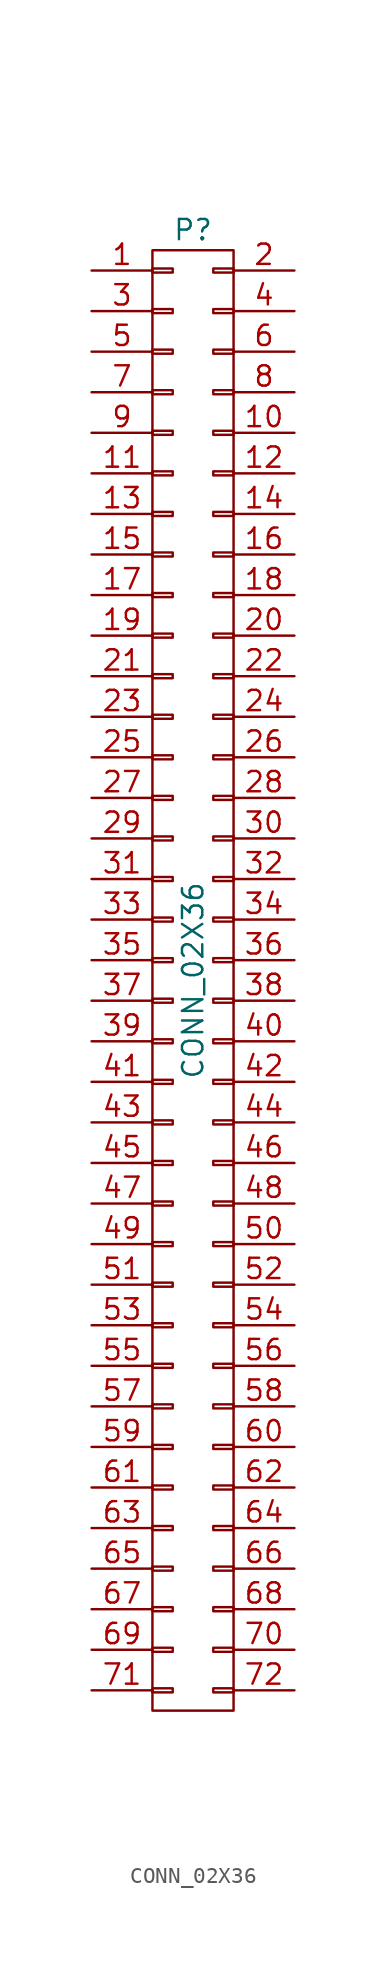
<source format=kicad_sym>
(kicad_symbol_lib
  (version 20211014)
  (generator kicad_symbol_editor)
  (symbol "CONN_02X36"
    (pin_names
      (offset 0.025) hide)
    (property "Reference" "P"
      (at 0 46.99 0)
      (effects (font (size 1.27 1.27))))
    (property "Value" "CONN_02X36"
      (at 0 0 90)
      (effects (font (size 1.27 1.27))))
    (property "Footprint" ""
      (at 0 -5.08 0)
      (effects (font (size 1.27 1.27))))
    (property "Datasheet" ""
      (at 0 -5.08 0)
      (effects (font (size 1.27 1.27))))
    (symbol "CONN_02X36_0_1"
      (rectangle (start -2.54 -45.72) (end 2.54 45.72) (stroke (width 0) (type default) (color 0 0 0 0)) (fill (type none)))
      (rectangle (start -2.54 -44.323) (end -1.27 -44.577) (stroke (width 0) (type default) (color 0 0 0 0)) (fill (type none)))
      (rectangle (start -2.54 -41.783) (end -1.27 -42.037) (stroke (width 0) (type default) (color 0 0 0 0)) (fill (type none)))
      (rectangle (start -2.54 -39.243) (end -1.27 -39.497) (stroke (width 0) (type default) (color 0 0 0 0)) (fill (type none)))
      (rectangle (start -2.54 -36.703) (end -1.27 -36.957) (stroke (width 0) (type default) (color 0 0 0 0)) (fill (type none)))
      (rectangle (start -2.54 -34.163) (end -1.27 -34.417) (stroke (width 0) (type default) (color 0 0 0 0)) (fill (type none)))
      (rectangle (start -2.54 -31.623) (end -1.27 -31.877) (stroke (width 0) (type default) (color 0 0 0 0)) (fill (type none)))
      (rectangle (start -2.54 -29.083) (end -1.27 -29.337) (stroke (width 0) (type default) (color 0 0 0 0)) (fill (type none)))
      (rectangle (start -2.54 -26.543) (end -1.27 -26.797) (stroke (width 0) (type default) (color 0 0 0 0)) (fill (type none)))
      (rectangle (start -2.54 -24.003) (end -1.27 -24.257) (stroke (width 0) (type default) (color 0 0 0 0)) (fill (type none)))
      (rectangle (start -2.54 -21.463) (end -1.27 -21.717) (stroke (width 0) (type default) (color 0 0 0 0)) (fill (type none)))
      (rectangle (start -2.54 -18.923) (end -1.27 -19.177) (stroke (width 0) (type default) (color 0 0 0 0)) (fill (type none)))
      (rectangle (start -2.54 -16.383) (end -1.27 -16.637) (stroke (width 0) (type default) (color 0 0 0 0)) (fill (type none)))
      (rectangle (start -2.54 -13.843) (end -1.27 -14.097) (stroke (width 0) (type default) (color 0 0 0 0)) (fill (type none)))
      (rectangle (start -2.54 -11.303) (end -1.27 -11.557) (stroke (width 0) (type default) (color 0 0 0 0)) (fill (type none)))
      (rectangle (start -2.54 -8.763) (end -1.27 -9.017) (stroke (width 0) (type default) (color 0 0 0 0)) (fill (type none)))
      (rectangle (start -2.54 -6.223) (end -1.27 -6.477) (stroke (width 0) (type default) (color 0 0 0 0)) (fill (type none)))
      (rectangle (start -2.54 -3.683) (end -1.27 -3.937) (stroke (width 0) (type default) (color 0 0 0 0)) (fill (type none)))
      (rectangle (start -2.54 -1.143) (end -1.27 -1.397) (stroke (width 0) (type default) (color 0 0 0 0)) (fill (type none)))
      (rectangle (start -2.54 1.397) (end -1.27 1.143) (stroke (width 0) (type default) (color 0 0 0 0)) (fill (type none)))
      (rectangle (start -2.54 3.937) (end -1.27 3.683) (stroke (width 0) (type default) (color 0 0 0 0)) (fill (type none)))
      (rectangle (start -2.54 6.477) (end -1.27 6.223) (stroke (width 0) (type default) (color 0 0 0 0)) (fill (type none)))
      (rectangle (start -2.54 9.017) (end -1.27 8.763) (stroke (width 0) (type default) (color 0 0 0 0)) (fill (type none)))
      (rectangle (start -2.54 11.557) (end -1.27 11.303) (stroke (width 0) (type default) (color 0 0 0 0)) (fill (type none)))
      (rectangle (start -2.54 14.097) (end -1.27 13.843) (stroke (width 0) (type default) (color 0 0 0 0)) (fill (type none)))
      (rectangle (start -2.54 16.637) (end -1.27 16.383) (stroke (width 0) (type default) (color 0 0 0 0)) (fill (type none)))
      (rectangle (start -2.54 19.177) (end -1.27 18.923) (stroke (width 0) (type default) (color 0 0 0 0)) (fill (type none)))
      (rectangle (start -2.54 21.717) (end -1.27 21.463) (stroke (width 0) (type default) (color 0 0 0 0)) (fill (type none)))
      (rectangle (start -2.54 24.257) (end -1.27 24.003) (stroke (width 0) (type default) (color 0 0 0 0)) (fill (type none)))
      (rectangle (start -2.54 26.797) (end -1.27 26.543) (stroke (width 0) (type default) (color 0 0 0 0)) (fill (type none)))
      (rectangle (start -2.54 29.337) (end -1.27 29.083) (stroke (width 0) (type default) (color 0 0 0 0)) (fill (type none)))
      (rectangle (start -2.54 31.877) (end -1.27 31.623) (stroke (width 0) (type default) (color 0 0 0 0)) (fill (type none)))
      (rectangle (start -2.54 34.417) (end -1.27 34.163) (stroke (width 0) (type default) (color 0 0 0 0)) (fill (type none)))
      (rectangle (start -2.54 36.957) (end -1.27 36.703) (stroke (width 0) (type default) (color 0 0 0 0)) (fill (type none)))
      (rectangle (start -2.54 39.497) (end -1.27 39.243) (stroke (width 0) (type default) (color 0 0 0 0)) (fill (type none)))
      (rectangle (start -2.54 42.037) (end -1.27 41.783) (stroke (width 0) (type default) (color 0 0 0 0)) (fill (type none)))
      (rectangle (start -2.54 44.577) (end -1.27 44.323) (stroke (width 0) (type default) (color 0 0 0 0)) (fill (type none)))
      (rectangle (start 1.27 -44.323) (end 2.54 -44.577) (stroke (width 0) (type default) (color 0 0 0 0)) (fill (type none)))
      (rectangle (start 1.27 -41.783) (end 2.54 -42.037) (stroke (width 0) (type default) (color 0 0 0 0)) (fill (type none)))
      (rectangle (start 1.27 -39.243) (end 2.54 -39.497) (stroke (width 0) (type default) (color 0 0 0 0)) (fill (type none)))
      (rectangle (start 1.27 -36.703) (end 2.54 -36.957) (stroke (width 0) (type default) (color 0 0 0 0)) (fill (type none)))
      (rectangle (start 1.27 -34.163) (end 2.54 -34.417) (stroke (width 0) (type default) (color 0 0 0 0)) (fill (type none)))
      (rectangle (start 1.27 -31.623) (end 2.54 -31.877) (stroke (width 0) (type default) (color 0 0 0 0)) (fill (type none)))
      (rectangle (start 1.27 -29.083) (end 2.54 -29.337) (stroke (width 0) (type default) (color 0 0 0 0)) (fill (type none)))
      (rectangle (start 1.27 -26.543) (end 2.54 -26.797) (stroke (width 0) (type default) (color 0 0 0 0)) (fill (type none)))
      (rectangle (start 1.27 -24.003) (end 2.54 -24.257) (stroke (width 0) (type default) (color 0 0 0 0)) (fill (type none)))
      (rectangle (start 1.27 -21.463) (end 2.54 -21.717) (stroke (width 0) (type default) (color 0 0 0 0)) (fill (type none)))
      (rectangle (start 1.27 -18.923) (end 2.54 -19.177) (stroke (width 0) (type default) (color 0 0 0 0)) (fill (type none)))
      (rectangle (start 1.27 -16.383) (end 2.54 -16.637) (stroke (width 0) (type default) (color 0 0 0 0)) (fill (type none)))
      (rectangle (start 1.27 -13.843) (end 2.54 -14.097) (stroke (width 0) (type default) (color 0 0 0 0)) (fill (type none)))
      (rectangle (start 1.27 -11.303) (end 2.54 -11.557) (stroke (width 0) (type default) (color 0 0 0 0)) (fill (type none)))
      (rectangle (start 1.27 -8.763) (end 2.54 -9.017) (stroke (width 0) (type default) (color 0 0 0 0)) (fill (type none)))
      (rectangle (start 1.27 -6.223) (end 2.54 -6.477) (stroke (width 0) (type default) (color 0 0 0 0)) (fill (type none)))
      (rectangle (start 1.27 -3.683) (end 2.54 -3.937) (stroke (width 0) (type default) (color 0 0 0 0)) (fill (type none)))
      (rectangle (start 1.27 -1.143) (end 2.54 -1.397) (stroke (width 0) (type default) (color 0 0 0 0)) (fill (type none)))
      (rectangle (start 1.27 1.397) (end 2.54 1.143) (stroke (width 0) (type default) (color 0 0 0 0)) (fill (type none)))
      (rectangle (start 1.27 3.937) (end 2.54 3.683) (stroke (width 0) (type default) (color 0 0 0 0)) (fill (type none)))
      (rectangle (start 1.27 6.477) (end 2.54 6.223) (stroke (width 0) (type default) (color 0 0 0 0)) (fill (type none)))
      (rectangle (start 1.27 9.017) (end 2.54 8.763) (stroke (width 0) (type default) (color 0 0 0 0)) (fill (type none)))
      (rectangle (start 1.27 11.557) (end 2.54 11.303) (stroke (width 0) (type default) (color 0 0 0 0)) (fill (type none)))
      (rectangle (start 1.27 14.097) (end 2.54 13.843) (stroke (width 0) (type default) (color 0 0 0 0)) (fill (type none)))
      (rectangle (start 1.27 16.637) (end 2.54 16.383) (stroke (width 0) (type default) (color 0 0 0 0)) (fill (type none)))
      (rectangle (start 1.27 19.177) (end 2.54 18.923) (stroke (width 0) (type default) (color 0 0 0 0)) (fill (type none)))
      (rectangle (start 1.27 21.717) (end 2.54 21.463) (stroke (width 0) (type default) (color 0 0 0 0)) (fill (type none)))
      (rectangle (start 1.27 24.257) (end 2.54 24.003) (stroke (width 0) (type default) (color 0 0 0 0)) (fill (type none)))
      (rectangle (start 1.27 26.797) (end 2.54 26.543) (stroke (width 0) (type default) (color 0 0 0 0)) (fill (type none)))
      (rectangle (start 1.27 29.337) (end 2.54 29.083) (stroke (width 0) (type default) (color 0 0 0 0)) (fill (type none)))
      (rectangle (start 1.27 31.877) (end 2.54 31.623) (stroke (width 0) (type default) (color 0 0 0 0)) (fill (type none)))
      (rectangle (start 1.27 34.417) (end 2.54 34.163) (stroke (width 0) (type default) (color 0 0 0 0)) (fill (type none)))
      (rectangle (start 1.27 36.957) (end 2.54 36.703) (stroke (width 0) (type default) (color 0 0 0 0)) (fill (type none)))
      (rectangle (start 1.27 39.497) (end 2.54 39.243) (stroke (width 0) (type default) (color 0 0 0 0)) (fill (type none)))
      (rectangle (start 1.27 42.037) (end 2.54 41.783) (stroke (width 0) (type default) (color 0 0 0 0)) (fill (type none)))
      (rectangle (start 1.27 44.577) (end 2.54 44.323) (stroke (width 0) (type default) (color 0 0 0 0)) (fill (type none))))
    (symbol "CONN_02X36_1_1"
      (pin passive line (at -6.35 44.45 0) (length 3.81) (name "P1" (effects (font (size 1.27 1.27)))) (number "1" (effects (font (size 1.27 1.27)))))
      (pin passive line (at 6.35 34.29 180) (length 3.81) (name "P10" (effects (font (size 1.27 1.27)))) (number "10" (effects (font (size 1.27 1.27)))))
      (pin passive line (at -6.35 31.75 0) (length 3.81) (name "P11" (effects (font (size 1.27 1.27)))) (number "11" (effects (font (size 1.27 1.27)))))
      (pin passive line (at 6.35 31.75 180) (length 3.81) (name "P12" (effects (font (size 1.27 1.27)))) (number "12" (effects (font (size 1.27 1.27)))))
      (pin passive line (at -6.35 29.21 0) (length 3.81) (name "P13" (effects (font (size 1.27 1.27)))) (number "13" (effects (font (size 1.27 1.27)))))
      (pin passive line (at 6.35 29.21 180) (length 3.81) (name "P14" (effects (font (size 1.27 1.27)))) (number "14" (effects (font (size 1.27 1.27)))))
      (pin passive line (at -6.35 26.67 0) (length 3.81) (name "P15" (effects (font (size 1.27 1.27)))) (number "15" (effects (font (size 1.27 1.27)))))
      (pin passive line (at 6.35 26.67 180) (length 3.81) (name "P16" (effects (font (size 1.27 1.27)))) (number "16" (effects (font (size 1.27 1.27)))))
      (pin passive line (at -6.35 24.13 0) (length 3.81) (name "P17" (effects (font (size 1.27 1.27)))) (number "17" (effects (font (size 1.27 1.27)))))
      (pin passive line (at 6.35 24.13 180) (length 3.81) (name "P18" (effects (font (size 1.27 1.27)))) (number "18" (effects (font (size 1.27 1.27)))))
      (pin passive line (at -6.35 21.59 0) (length 3.81) (name "P19" (effects (font (size 1.27 1.27)))) (number "19" (effects (font (size 1.27 1.27)))))
      (pin passive line (at 6.35 44.45 180) (length 3.81) (name "P2" (effects (font (size 1.27 1.27)))) (number "2" (effects (font (size 1.27 1.27)))))
      (pin passive line (at 6.35 21.59 180) (length 3.81) (name "P20" (effects (font (size 1.27 1.27)))) (number "20" (effects (font (size 1.27 1.27)))))
      (pin passive line (at -6.35 19.05 0) (length 3.81) (name "P21" (effects (font (size 1.27 1.27)))) (number "21" (effects (font (size 1.27 1.27)))))
      (pin passive line (at 6.35 19.05 180) (length 3.81) (name "P22" (effects (font (size 1.27 1.27)))) (number "22" (effects (font (size 1.27 1.27)))))
      (pin passive line (at -6.35 16.51 0) (length 3.81) (name "P23" (effects (font (size 1.27 1.27)))) (number "23" (effects (font (size 1.27 1.27)))))
      (pin passive line (at 6.35 16.51 180) (length 3.81) (name "P24" (effects (font (size 1.27 1.27)))) (number "24" (effects (font (size 1.27 1.27)))))
      (pin passive line (at -6.35 13.97 0) (length 3.81) (name "P25" (effects (font (size 1.27 1.27)))) (number "25" (effects (font (size 1.27 1.27)))))
      (pin passive line (at 6.35 13.97 180) (length 3.81) (name "P26" (effects (font (size 1.27 1.27)))) (number "26" (effects (font (size 1.27 1.27)))))
      (pin passive line (at -6.35 11.43 0) (length 3.81) (name "P27" (effects (font (size 1.27 1.27)))) (number "27" (effects (font (size 1.27 1.27)))))
      (pin passive line (at 6.35 11.43 180) (length 3.81) (name "P28" (effects (font (size 1.27 1.27)))) (number "28" (effects (font (size 1.27 1.27)))))
      (pin passive line (at -6.35 8.89 0) (length 3.81) (name "P29" (effects (font (size 1.27 1.27)))) (number "29" (effects (font (size 1.27 1.27)))))
      (pin passive line (at -6.35 41.91 0) (length 3.81) (name "P3" (effects (font (size 1.27 1.27)))) (number "3" (effects (font (size 1.27 1.27)))))
      (pin passive line (at 6.35 8.89 180) (length 3.81) (name "P30" (effects (font (size 1.27 1.27)))) (number "30" (effects (font (size 1.27 1.27)))))
      (pin passive line (at -6.35 6.35 0) (length 3.81) (name "P31" (effects (font (size 1.27 1.27)))) (number "31" (effects (font (size 1.27 1.27)))))
      (pin passive line (at 6.35 6.35 180) (length 3.81) (name "P32" (effects (font (size 1.27 1.27)))) (number "32" (effects (font (size 1.27 1.27)))))
      (pin passive line (at -6.35 3.81 0) (length 3.81) (name "P33" (effects (font (size 1.27 1.27)))) (number "33" (effects (font (size 1.27 1.27)))))
      (pin passive line (at 6.35 3.81 180) (length 3.81) (name "P34" (effects (font (size 1.27 1.27)))) (number "34" (effects (font (size 1.27 1.27)))))
      (pin passive line (at -6.35 1.27 0) (length 3.81) (name "P35" (effects (font (size 1.27 1.27)))) (number "35" (effects (font (size 1.27 1.27)))))
      (pin passive line (at 6.35 1.27 180) (length 3.81) (name "P36" (effects (font (size 1.27 1.27)))) (number "36" (effects (font (size 1.27 1.27)))))
      (pin passive line (at -6.35 -1.27 0) (length 3.81) (name "P37" (effects (font (size 1.27 1.27)))) (number "37" (effects (font (size 1.27 1.27)))))
      (pin passive line (at 6.35 -1.27 180) (length 3.81) (name "P38" (effects (font (size 1.27 1.27)))) (number "38" (effects (font (size 1.27 1.27)))))
      (pin passive line (at -6.35 -3.81 0) (length 3.81) (name "P39" (effects (font (size 1.27 1.27)))) (number "39" (effects (font (size 1.27 1.27)))))
      (pin passive line (at 6.35 41.91 180) (length 3.81) (name "P4" (effects (font (size 1.27 1.27)))) (number "4" (effects (font (size 1.27 1.27)))))
      (pin passive line (at 6.35 -3.81 180) (length 3.81) (name "P40" (effects (font (size 1.27 1.27)))) (number "40" (effects (font (size 1.27 1.27)))))
      (pin passive line (at -6.35 -6.35 0) (length 3.81) (name "P41" (effects (font (size 1.27 1.27)))) (number "41" (effects (font (size 1.27 1.27)))))
      (pin passive line (at 6.35 -6.35 180) (length 3.81) (name "P42" (effects (font (size 1.27 1.27)))) (number "42" (effects (font (size 1.27 1.27)))))
      (pin passive line (at -6.35 -8.89 0) (length 3.81) (name "P43" (effects (font (size 1.27 1.27)))) (number "43" (effects (font (size 1.27 1.27)))))
      (pin passive line (at 6.35 -8.89 180) (length 3.81) (name "P44" (effects (font (size 1.27 1.27)))) (number "44" (effects (font (size 1.27 1.27)))))
      (pin passive line (at -6.35 -11.43 0) (length 3.81) (name "P45" (effects (font (size 1.27 1.27)))) (number "45" (effects (font (size 1.27 1.27)))))
      (pin passive line (at 6.35 -11.43 180) (length 3.81) (name "P46" (effects (font (size 1.27 1.27)))) (number "46" (effects (font (size 1.27 1.27)))))
      (pin passive line (at -6.35 -13.97 0) (length 3.81) (name "P47" (effects (font (size 1.27 1.27)))) (number "47" (effects (font (size 1.27 1.27)))))
      (pin passive line (at 6.35 -13.97 180) (length 3.81) (name "P48" (effects (font (size 1.27 1.27)))) (number "48" (effects (font (size 1.27 1.27)))))
      (pin passive line (at -6.35 -16.51 0) (length 3.81) (name "P49" (effects (font (size 1.27 1.27)))) (number "49" (effects (font (size 1.27 1.27)))))
      (pin passive line (at -6.35 39.37 0) (length 3.81) (name "P5" (effects (font (size 1.27 1.27)))) (number "5" (effects (font (size 1.27 1.27)))))
      (pin passive line (at 6.35 -16.51 180) (length 3.81) (name "P50" (effects (font (size 1.27 1.27)))) (number "50" (effects (font (size 1.27 1.27)))))
      (pin passive line (at -6.35 -19.05 0) (length 3.81) (name "P51" (effects (font (size 1.27 1.27)))) (number "51" (effects (font (size 1.27 1.27)))))
      (pin passive line (at 6.35 -19.05 180) (length 3.81) (name "P52" (effects (font (size 1.27 1.27)))) (number "52" (effects (font (size 1.27 1.27)))))
      (pin passive line (at -6.35 -21.59 0) (length 3.81) (name "P53" (effects (font (size 1.27 1.27)))) (number "53" (effects (font (size 1.27 1.27)))))
      (pin passive line (at 6.35 -21.59 180) (length 3.81) (name "P54" (effects (font (size 1.27 1.27)))) (number "54" (effects (font (size 1.27 1.27)))))
      (pin passive line (at -6.35 -24.13 0) (length 3.81) (name "P55" (effects (font (size 1.27 1.27)))) (number "55" (effects (font (size 1.27 1.27)))))
      (pin passive line (at 6.35 -24.13 180) (length 3.81) (name "P56" (effects (font (size 1.27 1.27)))) (number "56" (effects (font (size 1.27 1.27)))))
      (pin passive line (at -6.35 -26.67 0) (length 3.81) (name "P57" (effects (font (size 1.27 1.27)))) (number "57" (effects (font (size 1.27 1.27)))))
      (pin passive line (at 6.35 -26.67 180) (length 3.81) (name "P58" (effects (font (size 1.27 1.27)))) (number "58" (effects (font (size 1.27 1.27)))))
      (pin passive line (at -6.35 -29.21 0) (length 3.81) (name "P59" (effects (font (size 1.27 1.27)))) (number "59" (effects (font (size 1.27 1.27)))))
      (pin passive line (at 6.35 39.37 180) (length 3.81) (name "P6" (effects (font (size 1.27 1.27)))) (number "6" (effects (font (size 1.27 1.27)))))
      (pin passive line (at 6.35 -29.21 180) (length 3.81) (name "P60" (effects (font (size 1.27 1.27)))) (number "60" (effects (font (size 1.27 1.27)))))
      (pin passive line (at -6.35 -31.75 0) (length 3.81) (name "P61" (effects (font (size 1.27 1.27)))) (number "61" (effects (font (size 1.27 1.27)))))
      (pin passive line (at 6.35 -31.75 180) (length 3.81) (name "P62" (effects (font (size 1.27 1.27)))) (number "62" (effects (font (size 1.27 1.27)))))
      (pin passive line (at -6.35 -34.29 0) (length 3.81) (name "P63" (effects (font (size 1.27 1.27)))) (number "63" (effects (font (size 1.27 1.27)))))
      (pin passive line (at 6.35 -34.29 180) (length 3.81) (name "P64" (effects (font (size 1.27 1.27)))) (number "64" (effects (font (size 1.27 1.27)))))
      (pin passive line (at -6.35 -36.83 0) (length 3.81) (name "P65" (effects (font (size 1.27 1.27)))) (number "65" (effects (font (size 1.27 1.27)))))
      (pin passive line (at 6.35 -36.83 180) (length 3.81) (name "P66" (effects (font (size 1.27 1.27)))) (number "66" (effects (font (size 1.27 1.27)))))
      (pin passive line (at -6.35 -39.37 0) (length 3.81) (name "P67" (effects (font (size 1.27 1.27)))) (number "67" (effects (font (size 1.27 1.27)))))
      (pin passive line (at 6.35 -39.37 180) (length 3.81) (name "P68" (effects (font (size 1.27 1.27)))) (number "68" (effects (font (size 1.27 1.27)))))
      (pin passive line (at -6.35 -41.91 0) (length 3.81) (name "P69" (effects (font (size 1.27 1.27)))) (number "69" (effects (font (size 1.27 1.27)))))
      (pin passive line (at -6.35 36.83 0) (length 3.81) (name "P7" (effects (font (size 1.27 1.27)))) (number "7" (effects (font (size 1.27 1.27)))))
      (pin passive line (at 6.35 -41.91 180) (length 3.81) (name "P70" (effects (font (size 1.27 1.27)))) (number "70" (effects (font (size 1.27 1.27)))))
      (pin passive line (at -6.35 -44.45 0) (length 3.81) (name "P71" (effects (font (size 1.27 1.27)))) (number "71" (effects (font (size 1.27 1.27)))))
      (pin passive line (at 6.35 -44.45 180) (length 3.81) (name "P72" (effects (font (size 1.27 1.27)))) (number "72" (effects (font (size 1.27 1.27)))))
      (pin passive line (at 6.35 36.83 180) (length 3.81) (name "P8" (effects (font (size 1.27 1.27)))) (number "8" (effects (font (size 1.27 1.27)))))
      (pin passive line (at -6.35 34.29 0) (length 3.81) (name "P9" (effects (font (size 1.27 1.27)))) (number "9" (effects (font (size 1.27 1.27))))))))
</source>
